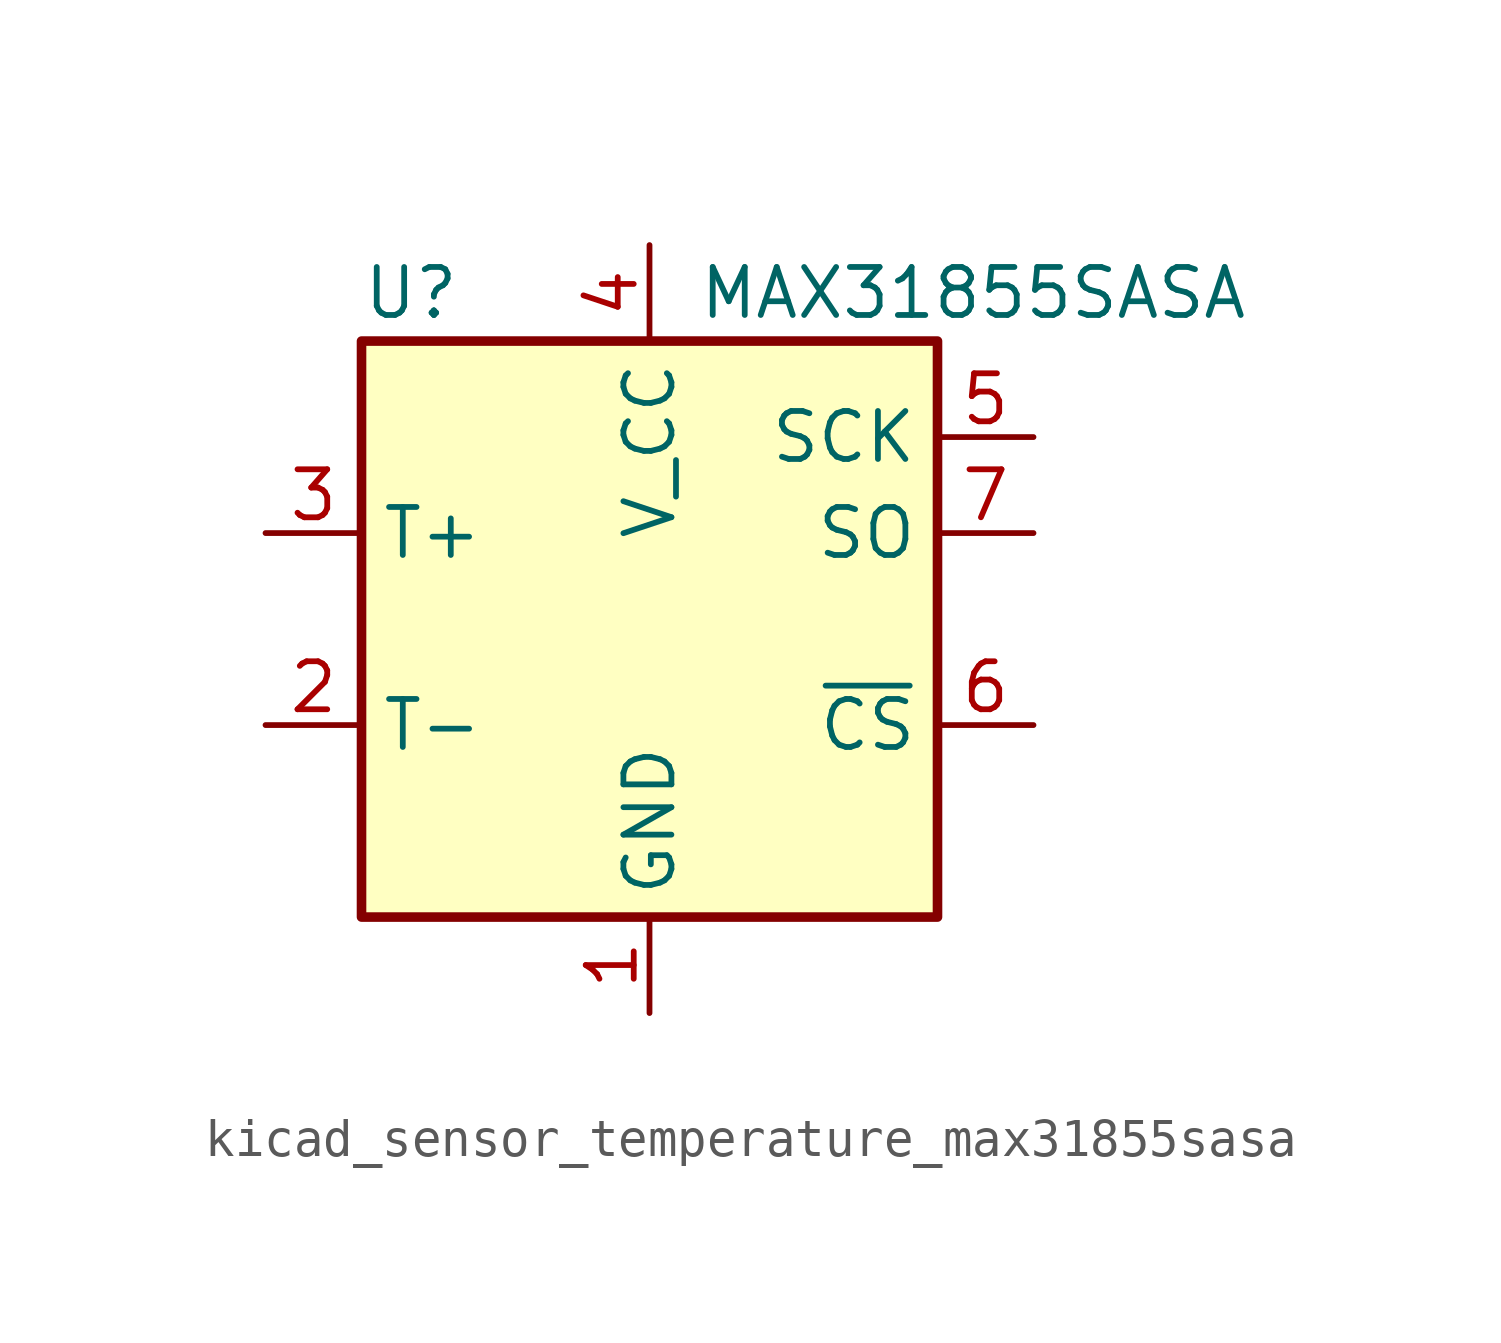
<source format=kicad_sym>
(kicad_symbol_lib
  (version 20220914)
  (generator kicad_symbol_editor)
  (symbol "kicad_sensor_temperature_max31855sasa"
    (property "Reference" "U"
      (at -7.62 8.89 0)
      (effects (font (size 1.27 1.27)) (justify left)))
    (property "Value" "MAX31855SASA"
      (at 1.27 8.89 0)
      (effects (font (size 1.27 1.27)) (justify left)))
    (symbol "kicad_sensor_temperature_max31855sasa_0_1"
      (rectangle (start -7.62 7.62) (end 7.62 -7.62) (stroke (width 0.254) (type default)) (fill (type background))))
    (symbol "kicad_sensor_temperature_max31855sasa_1_1"
      (pin power_in line (at 0 -10.16 90) (length 2.54) (name "GND" (effects (font (size 1.27 1.27)))) (number "1" (effects (font (size 1.27 1.27)))))
      (pin passive line (at -10.16 -2.54 0) (length 2.54) (name "T-" (effects (font (size 1.27 1.27)))) (number "2" (effects (font (size 1.27 1.27)))))
      (pin passive line (at -10.16 2.54 0) (length 2.54) (name "T+" (effects (font (size 1.27 1.27)))) (number "3" (effects (font (size 1.27 1.27)))))
      (pin power_in line (at 0 10.16 270) (length 2.54) (name "V_CC" (effects (font (size 1.27 1.27)))) (number "4" (effects (font (size 1.27 1.27)))))
      (pin input line (at 10.16 5.08 180) (length 2.54) (name "SCK" (effects (font (size 1.27 1.27)))) (number "5" (effects (font (size 1.27 1.27)))))
      (pin input line (at 10.16 -2.54 180) (length 2.54) (name "~{CS}" (effects (font (size 1.27 1.27)))) (number "6" (effects (font (size 1.27 1.27)))))
      (pin tri_state line (at 10.16 2.54 180) (length 2.54) (name "SO" (effects (font (size 1.27 1.27)))) (number "7" (effects (font (size 1.27 1.27))))))))
</source>
